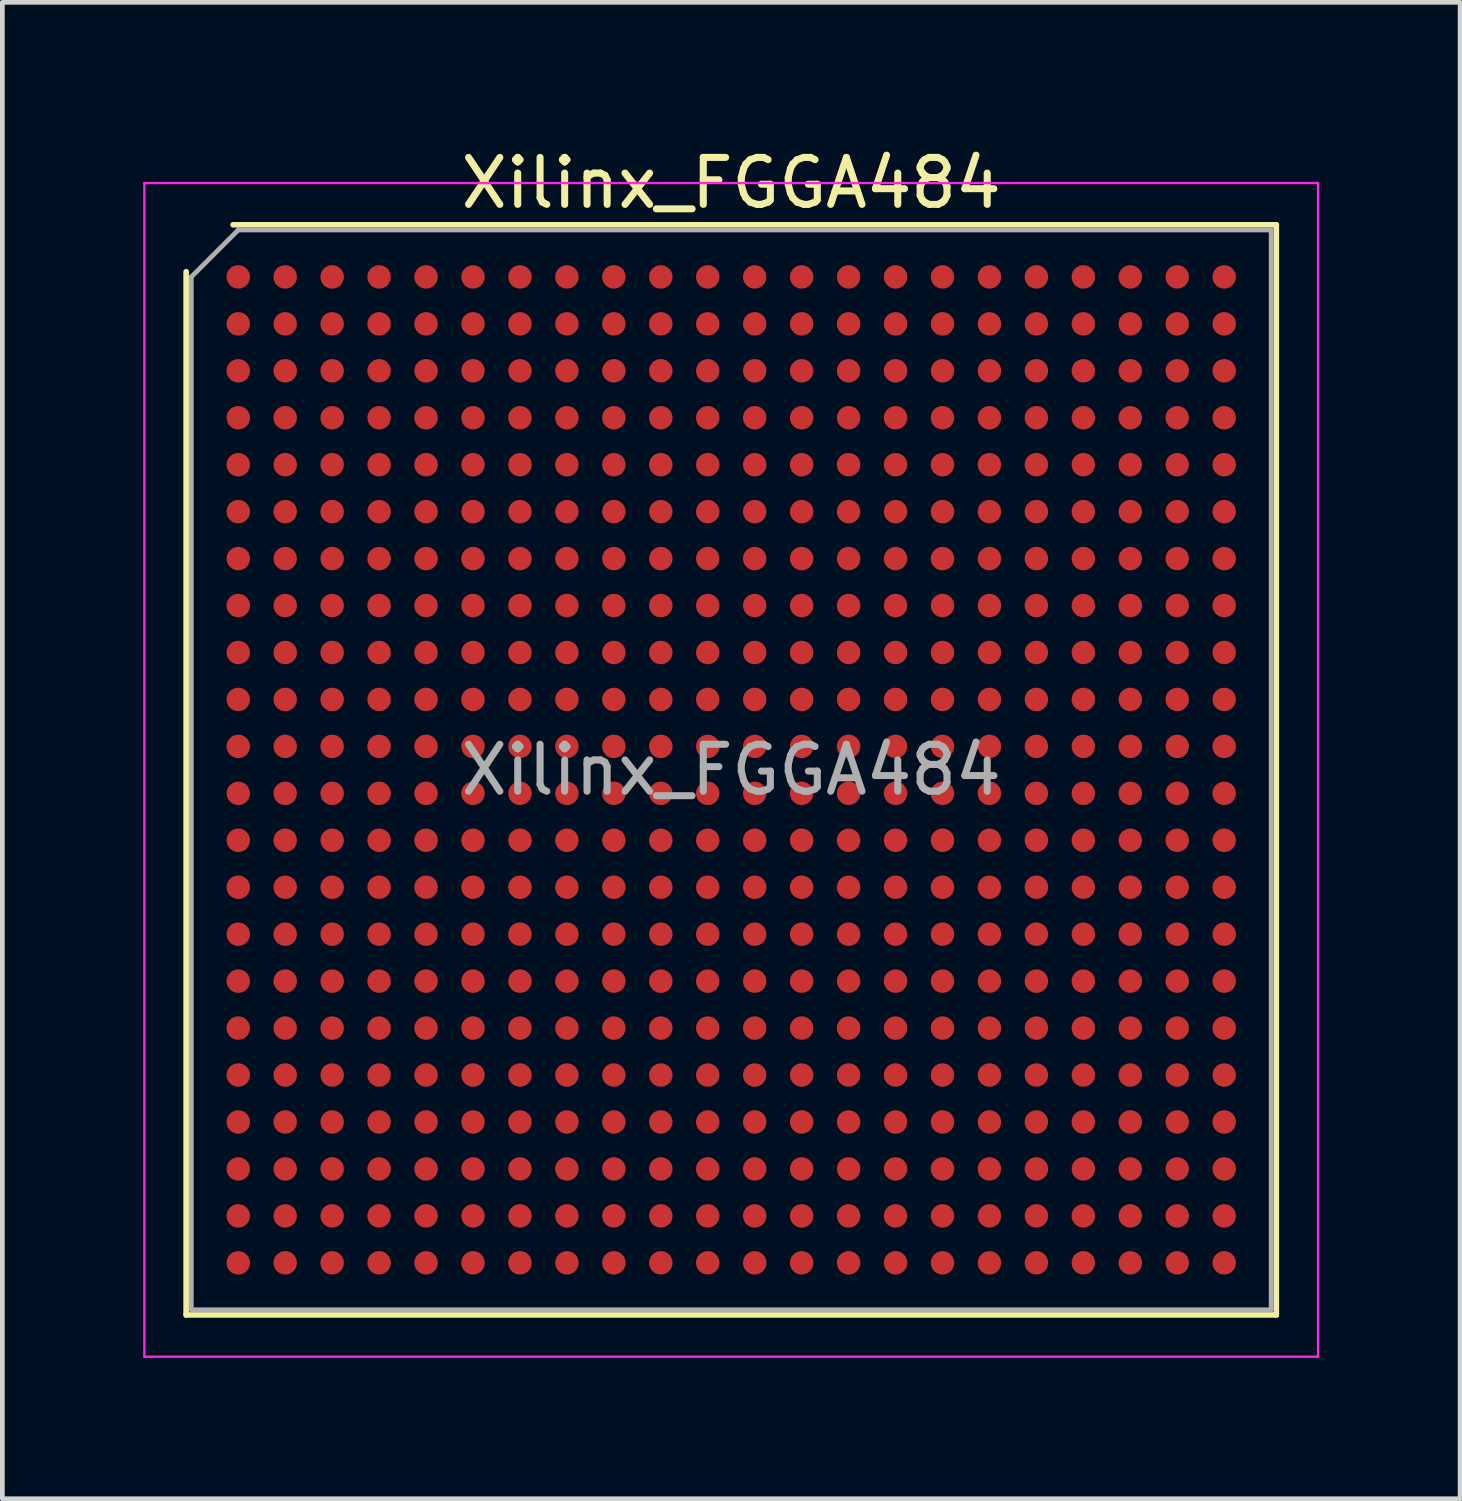
<source format=kicad_pcb>
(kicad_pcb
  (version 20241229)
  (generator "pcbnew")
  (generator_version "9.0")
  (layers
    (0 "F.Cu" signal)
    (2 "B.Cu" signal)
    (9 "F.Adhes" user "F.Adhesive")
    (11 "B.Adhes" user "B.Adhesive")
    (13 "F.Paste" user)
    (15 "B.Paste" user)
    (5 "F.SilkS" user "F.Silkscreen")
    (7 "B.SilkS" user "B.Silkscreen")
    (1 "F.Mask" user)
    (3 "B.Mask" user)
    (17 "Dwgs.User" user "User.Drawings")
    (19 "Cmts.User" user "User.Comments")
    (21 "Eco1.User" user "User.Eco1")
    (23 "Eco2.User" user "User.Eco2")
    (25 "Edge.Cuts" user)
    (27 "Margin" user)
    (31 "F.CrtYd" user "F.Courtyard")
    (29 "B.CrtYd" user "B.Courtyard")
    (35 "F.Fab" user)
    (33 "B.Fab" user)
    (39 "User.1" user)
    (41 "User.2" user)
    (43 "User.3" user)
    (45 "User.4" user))
  (footprint "Xilinx_FGGA484"
    (layer "F.Cu")
    (at 12.525 13.348)
    (property "Reference" "Xilinx_FGGA484" (at 0 -12.5 0) (layer "F.SilkS") (effects (font (size 1 1) (thickness 0.15))))
    (attr smd)
    (fp_line (start -11.61 11.61) (end -11.61 -10.61) (stroke (width 0.12) (type solid)) (layer "F.SilkS"))
    (fp_line (start -10.61 -11.61) (end 11.61 -11.61) (stroke (width 0.12) (type solid)) (layer "F.SilkS"))
    (fp_line (start 11.61 -11.61) (end 11.61 11.61) (stroke (width 0.12) (type solid)) (layer "F.SilkS"))
    (fp_line (start 11.61 11.61) (end -11.61 11.61) (stroke (width 0.12) (type solid)) (layer "F.SilkS"))
    (fp_line (start -12.5 -12.5) (end -12.5 12.5) (stroke (width 0.05) (type solid)) (layer "F.CrtYd"))
    (fp_line (start -12.5 12.5) (end 12.5 12.5) (stroke (width 0.05) (type solid)) (layer "F.CrtYd"))
    (fp_line (start 12.5 -12.5) (end -12.5 -12.5) (stroke (width 0.05) (type solid)) (layer "F.CrtYd"))
    (fp_line (start 12.5 12.5) (end 12.5 -12.5) (stroke (width 0.05) (type solid)) (layer "F.CrtYd"))
    (fp_line (start -11.5 -10.5) (end -10.5 -11.5) (stroke (width 0.1) (type solid)) (layer "F.Fab"))
    (fp_line (start -11.5 11.5) (end -11.5 -10.5) (stroke (width 0.1) (type solid)) (layer "F.Fab"))
    (fp_line (start -10.5 -11.5) (end 11.5 -11.5) (stroke (width 0.1) (type solid)) (layer "F.Fab"))
    (fp_line (start 11.5 -11.5) (end 11.5 11.5) (stroke (width 0.1) (type solid)) (layer "F.Fab"))
    (fp_line (start 11.5 11.5) (end -11.5 11.5) (stroke (width 0.1) (type solid)) (layer "F.Fab"))
    (fp_text user "${REFERENCE}" (at 0 0 0) (layer "F.Fab") (effects (font (size 1 1) (thickness 0.15))))
    (pad "A1" smd circle (at -10.5 -10.5) (size 0.5 0.5) (layers "F.Cu" "F.Mask" "F.Paste"))
    (pad "A2" smd circle (at -9.5 -10.5) (size 0.5 0.5) (layers "F.Cu" "F.Mask" "F.Paste"))
    (pad "A3" smd circle (at -8.5 -10.5) (size 0.5 0.5) (layers "F.Cu" "F.Mask" "F.Paste"))
    (pad "A4" smd circle (at -7.5 -10.5) (size 0.5 0.5) (layers "F.Cu" "F.Mask" "F.Paste"))
    (pad "A5" smd circle (at -6.5 -10.5) (size 0.5 0.5) (layers "F.Cu" "F.Mask" "F.Paste"))
    (pad "A6" smd circle (at -5.5 -10.5) (size 0.5 0.5) (layers "F.Cu" "F.Mask" "F.Paste"))
    (pad "A7" smd circle (at -4.5 -10.5) (size 0.5 0.5) (layers "F.Cu" "F.Mask" "F.Paste"))
    (pad "A8" smd circle (at -3.5 -10.5) (size 0.5 0.5) (layers "F.Cu" "F.Mask" "F.Paste"))
    (pad "A9" smd circle (at -2.5 -10.5) (size 0.5 0.5) (layers "F.Cu" "F.Mask" "F.Paste"))
    (pad "A10" smd circle (at -1.5 -10.5) (size 0.5 0.5) (layers "F.Cu" "F.Mask" "F.Paste"))
    (pad "A11" smd circle (at -0.5 -10.5) (size 0.5 0.5) (layers "F.Cu" "F.Mask" "F.Paste"))
    (pad "A12" smd circle (at 0.5 -10.5) (size 0.5 0.5) (layers "F.Cu" "F.Mask" "F.Paste"))
    (pad "A13" smd circle (at 1.5 -10.5) (size 0.5 0.5) (layers "F.Cu" "F.Mask" "F.Paste"))
    (pad "A14" smd circle (at 2.5 -10.5) (size 0.5 0.5) (layers "F.Cu" "F.Mask" "F.Paste"))
    (pad "A15" smd circle (at 3.5 -10.5) (size 0.5 0.5) (layers "F.Cu" "F.Mask" "F.Paste"))
    (pad "A16" smd circle (at 4.5 -10.5) (size 0.5 0.5) (layers "F.Cu" "F.Mask" "F.Paste"))
    (pad "A17" smd circle (at 5.5 -10.5) (size 0.5 0.5) (layers "F.Cu" "F.Mask" "F.Paste"))
    (pad "A18" smd circle (at 6.5 -10.5) (size 0.5 0.5) (layers "F.Cu" "F.Mask" "F.Paste"))
    (pad "A19" smd circle (at 7.5 -10.5) (size 0.5 0.5) (layers "F.Cu" "F.Mask" "F.Paste"))
    (pad "A20" smd circle (at 8.5 -10.5) (size 0.5 0.5) (layers "F.Cu" "F.Mask" "F.Paste"))
    (pad "A21" smd circle (at 9.5 -10.5) (size 0.5 0.5) (layers "F.Cu" "F.Mask" "F.Paste"))
    (pad "A22" smd circle (at 10.5 -10.5) (size 0.5 0.5) (layers "F.Cu" "F.Mask" "F.Paste"))
    (pad "AA1" smd circle (at -10.5 9.5) (size 0.5 0.5) (layers "F.Cu" "F.Mask" "F.Paste"))
    (pad "AA2" smd circle (at -9.5 9.5) (size 0.5 0.5) (layers "F.Cu" "F.Mask" "F.Paste"))
    (pad "AA3" smd circle (at -8.5 9.5) (size 0.5 0.5) (layers "F.Cu" "F.Mask" "F.Paste"))
    (pad "AA4" smd circle (at -7.5 9.5) (size 0.5 0.5) (layers "F.Cu" "F.Mask" "F.Paste"))
    (pad "AA5" smd circle (at -6.5 9.5) (size 0.5 0.5) (layers "F.Cu" "F.Mask" "F.Paste"))
    (pad "AA6" smd circle (at -5.5 9.5) (size 0.5 0.5) (layers "F.Cu" "F.Mask" "F.Paste"))
    (pad "AA7" smd circle (at -4.5 9.5) (size 0.5 0.5) (layers "F.Cu" "F.Mask" "F.Paste"))
    (pad "AA8" smd circle (at -3.5 9.5) (size 0.5 0.5) (layers "F.Cu" "F.Mask" "F.Paste"))
    (pad "AA9" smd circle (at -2.5 9.5) (size 0.5 0.5) (layers "F.Cu" "F.Mask" "F.Paste"))
    (pad "AA10" smd circle (at -1.5 9.5) (size 0.5 0.5) (layers "F.Cu" "F.Mask" "F.Paste"))
    (pad "AA11" smd circle (at -0.5 9.5) (size 0.5 0.5) (layers "F.Cu" "F.Mask" "F.Paste"))
    (pad "AA12" smd circle (at 0.5 9.5) (size 0.5 0.5) (layers "F.Cu" "F.Mask" "F.Paste"))
    (pad "AA13" smd circle (at 1.5 9.5) (size 0.5 0.5) (layers "F.Cu" "F.Mask" "F.Paste"))
    (pad "AA14" smd circle (at 2.5 9.5) (size 0.5 0.5) (layers "F.Cu" "F.Mask" "F.Paste"))
    (pad "AA15" smd circle (at 3.5 9.5) (size 0.5 0.5) (layers "F.Cu" "F.Mask" "F.Paste"))
    (pad "AA16" smd circle (at 4.5 9.5) (size 0.5 0.5) (layers "F.Cu" "F.Mask" "F.Paste"))
    (pad "AA17" smd circle (at 5.5 9.5) (size 0.5 0.5) (layers "F.Cu" "F.Mask" "F.Paste"))
    (pad "AA18" smd circle (at 6.5 9.5) (size 0.5 0.5) (layers "F.Cu" "F.Mask" "F.Paste"))
    (pad "AA19" smd circle (at 7.5 9.5) (size 0.5 0.5) (layers "F.Cu" "F.Mask" "F.Paste"))
    (pad "AA20" smd circle (at 8.5 9.5) (size 0.5 0.5) (layers "F.Cu" "F.Mask" "F.Paste"))
    (pad "AA21" smd circle (at 9.5 9.5) (size 0.5 0.5) (layers "F.Cu" "F.Mask" "F.Paste"))
    (pad "AA22" smd circle (at 10.5 9.5) (size 0.5 0.5) (layers "F.Cu" "F.Mask" "F.Paste"))
    (pad "AB1" smd circle (at -10.5 10.5) (size 0.5 0.5) (layers "F.Cu" "F.Mask" "F.Paste"))
    (pad "AB2" smd circle (at -9.5 10.5) (size 0.5 0.5) (layers "F.Cu" "F.Mask" "F.Paste"))
    (pad "AB3" smd circle (at -8.5 10.5) (size 0.5 0.5) (layers "F.Cu" "F.Mask" "F.Paste"))
    (pad "AB4" smd circle (at -7.5 10.5) (size 0.5 0.5) (layers "F.Cu" "F.Mask" "F.Paste"))
    (pad "AB5" smd circle (at -6.5 10.5) (size 0.5 0.5) (layers "F.Cu" "F.Mask" "F.Paste"))
    (pad "AB6" smd circle (at -5.5 10.5) (size 0.5 0.5) (layers "F.Cu" "F.Mask" "F.Paste"))
    (pad "AB7" smd circle (at -4.5 10.5) (size 0.5 0.5) (layers "F.Cu" "F.Mask" "F.Paste"))
    (pad "AB8" smd circle (at -3.5 10.5) (size 0.5 0.5) (layers "F.Cu" "F.Mask" "F.Paste"))
    (pad "AB9" smd circle (at -2.5 10.5) (size 0.5 0.5) (layers "F.Cu" "F.Mask" "F.Paste"))
    (pad "AB10" smd circle (at -1.5 10.5) (size 0.5 0.5) (layers "F.Cu" "F.Mask" "F.Paste"))
    (pad "AB11" smd circle (at -0.5 10.5) (size 0.5 0.5) (layers "F.Cu" "F.Mask" "F.Paste"))
    (pad "AB12" smd circle (at 0.5 10.5) (size 0.5 0.5) (layers "F.Cu" "F.Mask" "F.Paste"))
    (pad "AB13" smd circle (at 1.5 10.5) (size 0.5 0.5) (layers "F.Cu" "F.Mask" "F.Paste"))
    (pad "AB14" smd circle (at 2.5 10.5) (size 0.5 0.5) (layers "F.Cu" "F.Mask" "F.Paste"))
    (pad "AB15" smd circle (at 3.5 10.5) (size 0.5 0.5) (layers "F.Cu" "F.Mask" "F.Paste"))
    (pad "AB16" smd circle (at 4.5 10.5) (size 0.5 0.5) (layers "F.Cu" "F.Mask" "F.Paste"))
    (pad "AB17" smd circle (at 5.5 10.5) (size 0.5 0.5) (layers "F.Cu" "F.Mask" "F.Paste"))
    (pad "AB18" smd circle (at 6.5 10.5) (size 0.5 0.5) (layers "F.Cu" "F.Mask" "F.Paste"))
    (pad "AB19" smd circle (at 7.5 10.5) (size 0.5 0.5) (layers "F.Cu" "F.Mask" "F.Paste"))
    (pad "AB20" smd circle (at 8.5 10.5) (size 0.5 0.5) (layers "F.Cu" "F.Mask" "F.Paste"))
    (pad "AB21" smd circle (at 9.5 10.5) (size 0.5 0.5) (layers "F.Cu" "F.Mask" "F.Paste"))
    (pad "AB22" smd circle (at 10.5 10.5) (size 0.5 0.5) (layers "F.Cu" "F.Mask" "F.Paste"))
    (pad "B1" smd circle (at -10.5 -9.5) (size 0.5 0.5) (layers "F.Cu" "F.Mask" "F.Paste"))
    (pad "B2" smd circle (at -9.5 -9.5) (size 0.5 0.5) (layers "F.Cu" "F.Mask" "F.Paste"))
    (pad "B3" smd circle (at -8.5 -9.5) (size 0.5 0.5) (layers "F.Cu" "F.Mask" "F.Paste"))
    (pad "B4" smd circle (at -7.5 -9.5) (size 0.5 0.5) (layers "F.Cu" "F.Mask" "F.Paste"))
    (pad "B5" smd circle (at -6.5 -9.5) (size 0.5 0.5) (layers "F.Cu" "F.Mask" "F.Paste"))
    (pad "B6" smd circle (at -5.5 -9.5) (size 0.5 0.5) (layers "F.Cu" "F.Mask" "F.Paste"))
    (pad "B7" smd circle (at -4.5 -9.5) (size 0.5 0.5) (layers "F.Cu" "F.Mask" "F.Paste"))
    (pad "B8" smd circle (at -3.5 -9.5) (size 0.5 0.5) (layers "F.Cu" "F.Mask" "F.Paste"))
    (pad "B9" smd circle (at -2.5 -9.5) (size 0.5 0.5) (layers "F.Cu" "F.Mask" "F.Paste"))
    (pad "B10" smd circle (at -1.5 -9.5) (size 0.5 0.5) (layers "F.Cu" "F.Mask" "F.Paste"))
    (pad "B11" smd circle (at -0.5 -9.5) (size 0.5 0.5) (layers "F.Cu" "F.Mask" "F.Paste"))
    (pad "B12" smd circle (at 0.5 -9.5) (size 0.5 0.5) (layers "F.Cu" "F.Mask" "F.Paste"))
    (pad "B13" smd circle (at 1.5 -9.5) (size 0.5 0.5) (layers "F.Cu" "F.Mask" "F.Paste"))
    (pad "B14" smd circle (at 2.5 -9.5) (size 0.5 0.5) (layers "F.Cu" "F.Mask" "F.Paste"))
    (pad "B15" smd circle (at 3.5 -9.5) (size 0.5 0.5) (layers "F.Cu" "F.Mask" "F.Paste"))
    (pad "B16" smd circle (at 4.5 -9.5) (size 0.5 0.5) (layers "F.Cu" "F.Mask" "F.Paste"))
    (pad "B17" smd circle (at 5.5 -9.5) (size 0.5 0.5) (layers "F.Cu" "F.Mask" "F.Paste"))
    (pad "B18" smd circle (at 6.5 -9.5) (size 0.5 0.5) (layers "F.Cu" "F.Mask" "F.Paste"))
    (pad "B19" smd circle (at 7.5 -9.5) (size 0.5 0.5) (layers "F.Cu" "F.Mask" "F.Paste"))
    (pad "B20" smd circle (at 8.5 -9.5) (size 0.5 0.5) (layers "F.Cu" "F.Mask" "F.Paste"))
    (pad "B21" smd circle (at 9.5 -9.5) (size 0.5 0.5) (layers "F.Cu" "F.Mask" "F.Paste"))
    (pad "B22" smd circle (at 10.5 -9.5) (size 0.5 0.5) (layers "F.Cu" "F.Mask" "F.Paste"))
    (pad "C1" smd circle (at -10.5 -8.5) (size 0.5 0.5) (layers "F.Cu" "F.Mask" "F.Paste"))
    (pad "C2" smd circle (at -9.5 -8.5) (size 0.5 0.5) (layers "F.Cu" "F.Mask" "F.Paste"))
    (pad "C3" smd circle (at -8.5 -8.5) (size 0.5 0.5) (layers "F.Cu" "F.Mask" "F.Paste"))
    (pad "C4" smd circle (at -7.5 -8.5) (size 0.5 0.5) (layers "F.Cu" "F.Mask" "F.Paste"))
    (pad "C5" smd circle (at -6.5 -8.5) (size 0.5 0.5) (layers "F.Cu" "F.Mask" "F.Paste"))
    (pad "C6" smd circle (at -5.5 -8.5) (size 0.5 0.5) (layers "F.Cu" "F.Mask" "F.Paste"))
    (pad "C7" smd circle (at -4.5 -8.5) (size 0.5 0.5) (layers "F.Cu" "F.Mask" "F.Paste"))
    (pad "C8" smd circle (at -3.5 -8.5) (size 0.5 0.5) (layers "F.Cu" "F.Mask" "F.Paste"))
    (pad "C9" smd circle (at -2.5 -8.5) (size 0.5 0.5) (layers "F.Cu" "F.Mask" "F.Paste"))
    (pad "C10" smd circle (at -1.5 -8.5) (size 0.5 0.5) (layers "F.Cu" "F.Mask" "F.Paste"))
    (pad "C11" smd circle (at -0.5 -8.5) (size 0.5 0.5) (layers "F.Cu" "F.Mask" "F.Paste"))
    (pad "C12" smd circle (at 0.5 -8.5) (size 0.5 0.5) (layers "F.Cu" "F.Mask" "F.Paste"))
    (pad "C13" smd circle (at 1.5 -8.5) (size 0.5 0.5) (layers "F.Cu" "F.Mask" "F.Paste"))
    (pad "C14" smd circle (at 2.5 -8.5) (size 0.5 0.5) (layers "F.Cu" "F.Mask" "F.Paste"))
    (pad "C15" smd circle (at 3.5 -8.5) (size 0.5 0.5) (layers "F.Cu" "F.Mask" "F.Paste"))
    (pad "C16" smd circle (at 4.5 -8.5) (size 0.5 0.5) (layers "F.Cu" "F.Mask" "F.Paste"))
    (pad "C17" smd circle (at 5.5 -8.5) (size 0.5 0.5) (layers "F.Cu" "F.Mask" "F.Paste"))
    (pad "C18" smd circle (at 6.5 -8.5) (size 0.5 0.5) (layers "F.Cu" "F.Mask" "F.Paste"))
    (pad "C19" smd circle (at 7.5 -8.5) (size 0.5 0.5) (layers "F.Cu" "F.Mask" "F.Paste"))
    (pad "C20" smd circle (at 8.5 -8.5) (size 0.5 0.5) (layers "F.Cu" "F.Mask" "F.Paste"))
    (pad "C21" smd circle (at 9.5 -8.5) (size 0.5 0.5) (layers "F.Cu" "F.Mask" "F.Paste"))
    (pad "C22" smd circle (at 10.5 -8.5) (size 0.5 0.5) (layers "F.Cu" "F.Mask" "F.Paste"))
    (pad "D1" smd circle (at -10.5 -7.5) (size 0.5 0.5) (layers "F.Cu" "F.Mask" "F.Paste"))
    (pad "D2" smd circle (at -9.5 -7.5) (size 0.5 0.5) (layers "F.Cu" "F.Mask" "F.Paste"))
    (pad "D3" smd circle (at -8.5 -7.5) (size 0.5 0.5) (layers "F.Cu" "F.Mask" "F.Paste"))
    (pad "D4" smd circle (at -7.5 -7.5) (size 0.5 0.5) (layers "F.Cu" "F.Mask" "F.Paste"))
    (pad "D5" smd circle (at -6.5 -7.5) (size 0.5 0.5) (layers "F.Cu" "F.Mask" "F.Paste"))
    (pad "D6" smd circle (at -5.5 -7.5) (size 0.5 0.5) (layers "F.Cu" "F.Mask" "F.Paste"))
    (pad "D7" smd circle (at -4.5 -7.5) (size 0.5 0.5) (layers "F.Cu" "F.Mask" "F.Paste"))
    (pad "D8" smd circle (at -3.5 -7.5) (size 0.5 0.5) (layers "F.Cu" "F.Mask" "F.Paste"))
    (pad "D9" smd circle (at -2.5 -7.5) (size 0.5 0.5) (layers "F.Cu" "F.Mask" "F.Paste"))
    (pad "D10" smd circle (at -1.5 -7.5) (size 0.5 0.5) (layers "F.Cu" "F.Mask" "F.Paste"))
    (pad "D11" smd circle (at -0.5 -7.5) (size 0.5 0.5) (layers "F.Cu" "F.Mask" "F.Paste"))
    (pad "D12" smd circle (at 0.5 -7.5) (size 0.5 0.5) (layers "F.Cu" "F.Mask" "F.Paste"))
    (pad "D13" smd circle (at 1.5 -7.5) (size 0.5 0.5) (layers "F.Cu" "F.Mask" "F.Paste"))
    (pad "D14" smd circle (at 2.5 -7.5) (size 0.5 0.5) (layers "F.Cu" "F.Mask" "F.Paste"))
    (pad "D15" smd circle (at 3.5 -7.5) (size 0.5 0.5) (layers "F.Cu" "F.Mask" "F.Paste"))
    (pad "D16" smd circle (at 4.5 -7.5) (size 0.5 0.5) (layers "F.Cu" "F.Mask" "F.Paste"))
    (pad "D17" smd circle (at 5.5 -7.5) (size 0.5 0.5) (layers "F.Cu" "F.Mask" "F.Paste"))
    (pad "D18" smd circle (at 6.5 -7.5) (size 0.5 0.5) (layers "F.Cu" "F.Mask" "F.Paste"))
    (pad "D19" smd circle (at 7.5 -7.5) (size 0.5 0.5) (layers "F.Cu" "F.Mask" "F.Paste"))
    (pad "D20" smd circle (at 8.5 -7.5) (size 0.5 0.5) (layers "F.Cu" "F.Mask" "F.Paste"))
    (pad "D21" smd circle (at 9.5 -7.5) (size 0.5 0.5) (layers "F.Cu" "F.Mask" "F.Paste"))
    (pad "D22" smd circle (at 10.5 -7.5) (size 0.5 0.5) (layers "F.Cu" "F.Mask" "F.Paste"))
    (pad "E1" smd circle (at -10.5 -6.5) (size 0.5 0.5) (layers "F.Cu" "F.Mask" "F.Paste"))
    (pad "E2" smd circle (at -9.5 -6.5) (size 0.5 0.5) (layers "F.Cu" "F.Mask" "F.Paste"))
    (pad "E3" smd circle (at -8.5 -6.5) (size 0.5 0.5) (layers "F.Cu" "F.Mask" "F.Paste"))
    (pad "E4" smd circle (at -7.5 -6.5) (size 0.5 0.5) (layers "F.Cu" "F.Mask" "F.Paste"))
    (pad "E5" smd circle (at -6.5 -6.5) (size 0.5 0.5) (layers "F.Cu" "F.Mask" "F.Paste"))
    (pad "E6" smd circle (at -5.5 -6.5) (size 0.5 0.5) (layers "F.Cu" "F.Mask" "F.Paste"))
    (pad "E7" smd circle (at -4.5 -6.5) (size 0.5 0.5) (layers "F.Cu" "F.Mask" "F.Paste"))
    (pad "E8" smd circle (at -3.5 -6.5) (size 0.5 0.5) (layers "F.Cu" "F.Mask" "F.Paste"))
    (pad "E9" smd circle (at -2.5 -6.5) (size 0.5 0.5) (layers "F.Cu" "F.Mask" "F.Paste"))
    (pad "E10" smd circle (at -1.5 -6.5) (size 0.5 0.5) (layers "F.Cu" "F.Mask" "F.Paste"))
    (pad "E11" smd circle (at -0.5 -6.5) (size 0.5 0.5) (layers "F.Cu" "F.Mask" "F.Paste"))
    (pad "E12" smd circle (at 0.5 -6.5) (size 0.5 0.5) (layers "F.Cu" "F.Mask" "F.Paste"))
    (pad "E13" smd circle (at 1.5 -6.5) (size 0.5 0.5) (layers "F.Cu" "F.Mask" "F.Paste"))
    (pad "E14" smd circle (at 2.5 -6.5) (size 0.5 0.5) (layers "F.Cu" "F.Mask" "F.Paste"))
    (pad "E15" smd circle (at 3.5 -6.5) (size 0.5 0.5) (layers "F.Cu" "F.Mask" "F.Paste"))
    (pad "E16" smd circle (at 4.5 -6.5) (size 0.5 0.5) (layers "F.Cu" "F.Mask" "F.Paste"))
    (pad "E17" smd circle (at 5.5 -6.5) (size 0.5 0.5) (layers "F.Cu" "F.Mask" "F.Paste"))
    (pad "E18" smd circle (at 6.5 -6.5) (size 0.5 0.5) (layers "F.Cu" "F.Mask" "F.Paste"))
    (pad "E19" smd circle (at 7.5 -6.5) (size 0.5 0.5) (layers "F.Cu" "F.Mask" "F.Paste"))
    (pad "E20" smd circle (at 8.5 -6.5) (size 0.5 0.5) (layers "F.Cu" "F.Mask" "F.Paste"))
    (pad "E21" smd circle (at 9.5 -6.5) (size 0.5 0.5) (layers "F.Cu" "F.Mask" "F.Paste"))
    (pad "E22" smd circle (at 10.5 -6.5) (size 0.5 0.5) (layers "F.Cu" "F.Mask" "F.Paste"))
    (pad "F1" smd circle (at -10.5 -5.5) (size 0.5 0.5) (layers "F.Cu" "F.Mask" "F.Paste"))
    (pad "F2" smd circle (at -9.5 -5.5) (size 0.5 0.5) (layers "F.Cu" "F.Mask" "F.Paste"))
    (pad "F3" smd circle (at -8.5 -5.5) (size 0.5 0.5) (layers "F.Cu" "F.Mask" "F.Paste"))
    (pad "F4" smd circle (at -7.5 -5.5) (size 0.5 0.5) (layers "F.Cu" "F.Mask" "F.Paste"))
    (pad "F5" smd circle (at -6.5 -5.5) (size 0.5 0.5) (layers "F.Cu" "F.Mask" "F.Paste"))
    (pad "F6" smd circle (at -5.5 -5.5) (size 0.5 0.5) (layers "F.Cu" "F.Mask" "F.Paste"))
    (pad "F7" smd circle (at -4.5 -5.5) (size 0.5 0.5) (layers "F.Cu" "F.Mask" "F.Paste"))
    (pad "F8" smd circle (at -3.5 -5.5) (size 0.5 0.5) (layers "F.Cu" "F.Mask" "F.Paste"))
    (pad "F9" smd circle (at -2.5 -5.5) (size 0.5 0.5) (layers "F.Cu" "F.Mask" "F.Paste"))
    (pad "F10" smd circle (at -1.5 -5.5) (size 0.5 0.5) (layers "F.Cu" "F.Mask" "F.Paste"))
    (pad "F11" smd circle (at -0.5 -5.5) (size 0.5 0.5) (layers "F.Cu" "F.Mask" "F.Paste"))
    (pad "F12" smd circle (at 0.5 -5.5) (size 0.5 0.5) (layers "F.Cu" "F.Mask" "F.Paste"))
    (pad "F13" smd circle (at 1.5 -5.5) (size 0.5 0.5) (layers "F.Cu" "F.Mask" "F.Paste"))
    (pad "F14" smd circle (at 2.5 -5.5) (size 0.5 0.5) (layers "F.Cu" "F.Mask" "F.Paste"))
    (pad "F15" smd circle (at 3.5 -5.5) (size 0.5 0.5) (layers "F.Cu" "F.Mask" "F.Paste"))
    (pad "F16" smd circle (at 4.5 -5.5) (size 0.5 0.5) (layers "F.Cu" "F.Mask" "F.Paste"))
    (pad "F17" smd circle (at 5.5 -5.5) (size 0.5 0.5) (layers "F.Cu" "F.Mask" "F.Paste"))
    (pad "F18" smd circle (at 6.5 -5.5) (size 0.5 0.5) (layers "F.Cu" "F.Mask" "F.Paste"))
    (pad "F19" smd circle (at 7.5 -5.5) (size 0.5 0.5) (layers "F.Cu" "F.Mask" "F.Paste"))
    (pad "F20" smd circle (at 8.5 -5.5) (size 0.5 0.5) (layers "F.Cu" "F.Mask" "F.Paste"))
    (pad "F21" smd circle (at 9.5 -5.5) (size 0.5 0.5) (layers "F.Cu" "F.Mask" "F.Paste"))
    (pad "F22" smd circle (at 10.5 -5.5) (size 0.5 0.5) (layers "F.Cu" "F.Mask" "F.Paste"))
    (pad "G1" smd circle (at -10.5 -4.5) (size 0.5 0.5) (layers "F.Cu" "F.Mask" "F.Paste"))
    (pad "G2" smd circle (at -9.5 -4.5) (size 0.5 0.5) (layers "F.Cu" "F.Mask" "F.Paste"))
    (pad "G3" smd circle (at -8.5 -4.5) (size 0.5 0.5) (layers "F.Cu" "F.Mask" "F.Paste"))
    (pad "G4" smd circle (at -7.5 -4.5) (size 0.5 0.5) (layers "F.Cu" "F.Mask" "F.Paste"))
    (pad "G5" smd circle (at -6.5 -4.5) (size 0.5 0.5) (layers "F.Cu" "F.Mask" "F.Paste"))
    (pad "G6" smd circle (at -5.5 -4.5) (size 0.5 0.5) (layers "F.Cu" "F.Mask" "F.Paste"))
    (pad "G7" smd circle (at -4.5 -4.5) (size 0.5 0.5) (layers "F.Cu" "F.Mask" "F.Paste"))
    (pad "G8" smd circle (at -3.5 -4.5) (size 0.5 0.5) (layers "F.Cu" "F.Mask" "F.Paste"))
    (pad "G9" smd circle (at -2.5 -4.5) (size 0.5 0.5) (layers "F.Cu" "F.Mask" "F.Paste"))
    (pad "G10" smd circle (at -1.5 -4.5) (size 0.5 0.5) (layers "F.Cu" "F.Mask" "F.Paste"))
    (pad "G11" smd circle (at -0.5 -4.5) (size 0.5 0.5) (layers "F.Cu" "F.Mask" "F.Paste"))
    (pad "G12" smd circle (at 0.5 -4.5) (size 0.5 0.5) (layers "F.Cu" "F.Mask" "F.Paste"))
    (pad "G13" smd circle (at 1.5 -4.5) (size 0.5 0.5) (layers "F.Cu" "F.Mask" "F.Paste"))
    (pad "G14" smd circle (at 2.5 -4.5) (size 0.5 0.5) (layers "F.Cu" "F.Mask" "F.Paste"))
    (pad "G15" smd circle (at 3.5 -4.5) (size 0.5 0.5) (layers "F.Cu" "F.Mask" "F.Paste"))
    (pad "G16" smd circle (at 4.5 -4.5) (size 0.5 0.5) (layers "F.Cu" "F.Mask" "F.Paste"))
    (pad "G17" smd circle (at 5.5 -4.5) (size 0.5 0.5) (layers "F.Cu" "F.Mask" "F.Paste"))
    (pad "G18" smd circle (at 6.5 -4.5) (size 0.5 0.5) (layers "F.Cu" "F.Mask" "F.Paste"))
    (pad "G19" smd circle (at 7.5 -4.5) (size 0.5 0.5) (layers "F.Cu" "F.Mask" "F.Paste"))
    (pad "G20" smd circle (at 8.5 -4.5) (size 0.5 0.5) (layers "F.Cu" "F.Mask" "F.Paste"))
    (pad "G21" smd circle (at 9.5 -4.5) (size 0.5 0.5) (layers "F.Cu" "F.Mask" "F.Paste"))
    (pad "G22" smd circle (at 10.5 -4.5) (size 0.5 0.5) (layers "F.Cu" "F.Mask" "F.Paste"))
    (pad "H1" smd circle (at -10.5 -3.5) (size 0.5 0.5) (layers "F.Cu" "F.Mask" "F.Paste"))
    (pad "H2" smd circle (at -9.5 -3.5) (size 0.5 0.5) (layers "F.Cu" "F.Mask" "F.Paste"))
    (pad "H3" smd circle (at -8.5 -3.5) (size 0.5 0.5) (layers "F.Cu" "F.Mask" "F.Paste"))
    (pad "H4" smd circle (at -7.5 -3.5) (size 0.5 0.5) (layers "F.Cu" "F.Mask" "F.Paste"))
    (pad "H5" smd circle (at -6.5 -3.5) (size 0.5 0.5) (layers "F.Cu" "F.Mask" "F.Paste"))
    (pad "H6" smd circle (at -5.5 -3.5) (size 0.5 0.5) (layers "F.Cu" "F.Mask" "F.Paste"))
    (pad "H7" smd circle (at -4.5 -3.5) (size 0.5 0.5) (layers "F.Cu" "F.Mask" "F.Paste"))
    (pad "H8" smd circle (at -3.5 -3.5) (size 0.5 0.5) (layers "F.Cu" "F.Mask" "F.Paste"))
    (pad "H9" smd circle (at -2.5 -3.5) (size 0.5 0.5) (layers "F.Cu" "F.Mask" "F.Paste"))
    (pad "H10" smd circle (at -1.5 -3.5) (size 0.5 0.5) (layers "F.Cu" "F.Mask" "F.Paste"))
    (pad "H11" smd circle (at -0.5 -3.5) (size 0.5 0.5) (layers "F.Cu" "F.Mask" "F.Paste"))
    (pad "H12" smd circle (at 0.5 -3.5) (size 0.5 0.5) (layers "F.Cu" "F.Mask" "F.Paste"))
    (pad "H13" smd circle (at 1.5 -3.5) (size 0.5 0.5) (layers "F.Cu" "F.Mask" "F.Paste"))
    (pad "H14" smd circle (at 2.5 -3.5) (size 0.5 0.5) (layers "F.Cu" "F.Mask" "F.Paste"))
    (pad "H15" smd circle (at 3.5 -3.5) (size 0.5 0.5) (layers "F.Cu" "F.Mask" "F.Paste"))
    (pad "H16" smd circle (at 4.5 -3.5) (size 0.5 0.5) (layers "F.Cu" "F.Mask" "F.Paste"))
    (pad "H17" smd circle (at 5.5 -3.5) (size 0.5 0.5) (layers "F.Cu" "F.Mask" "F.Paste"))
    (pad "H18" smd circle (at 6.5 -3.5) (size 0.5 0.5) (layers "F.Cu" "F.Mask" "F.Paste"))
    (pad "H19" smd circle (at 7.5 -3.5) (size 0.5 0.5) (layers "F.Cu" "F.Mask" "F.Paste"))
    (pad "H20" smd circle (at 8.5 -3.5) (size 0.5 0.5) (layers "F.Cu" "F.Mask" "F.Paste"))
    (pad "H21" smd circle (at 9.5 -3.5) (size 0.5 0.5) (layers "F.Cu" "F.Mask" "F.Paste"))
    (pad "H22" smd circle (at 10.5 -3.5) (size 0.5 0.5) (layers "F.Cu" "F.Mask" "F.Paste"))
    (pad "J1" smd circle (at -10.5 -2.5) (size 0.5 0.5) (layers "F.Cu" "F.Mask" "F.Paste"))
    (pad "J2" smd circle (at -9.5 -2.5) (size 0.5 0.5) (layers "F.Cu" "F.Mask" "F.Paste"))
    (pad "J3" smd circle (at -8.5 -2.5) (size 0.5 0.5) (layers "F.Cu" "F.Mask" "F.Paste"))
    (pad "J4" smd circle (at -7.5 -2.5) (size 0.5 0.5) (layers "F.Cu" "F.Mask" "F.Paste"))
    (pad "J5" smd circle (at -6.5 -2.5) (size 0.5 0.5) (layers "F.Cu" "F.Mask" "F.Paste"))
    (pad "J6" smd circle (at -5.5 -2.5) (size 0.5 0.5) (layers "F.Cu" "F.Mask" "F.Paste"))
    (pad "J7" smd circle (at -4.5 -2.5) (size 0.5 0.5) (layers "F.Cu" "F.Mask" "F.Paste"))
    (pad "J8" smd circle (at -3.5 -2.5) (size 0.5 0.5) (layers "F.Cu" "F.Mask" "F.Paste"))
    (pad "J9" smd circle (at -2.5 -2.5) (size 0.5 0.5) (layers "F.Cu" "F.Mask" "F.Paste"))
    (pad "J10" smd circle (at -1.5 -2.5) (size 0.5 0.5) (layers "F.Cu" "F.Mask" "F.Paste"))
    (pad "J11" smd circle (at -0.5 -2.5) (size 0.5 0.5) (layers "F.Cu" "F.Mask" "F.Paste"))
    (pad "J12" smd circle (at 0.5 -2.5) (size 0.5 0.5) (layers "F.Cu" "F.Mask" "F.Paste"))
    (pad "J13" smd circle (at 1.5 -2.5) (size 0.5 0.5) (layers "F.Cu" "F.Mask" "F.Paste"))
    (pad "J14" smd circle (at 2.5 -2.5) (size 0.5 0.5) (layers "F.Cu" "F.Mask" "F.Paste"))
    (pad "J15" smd circle (at 3.5 -2.5) (size 0.5 0.5) (layers "F.Cu" "F.Mask" "F.Paste"))
    (pad "J16" smd circle (at 4.5 -2.5) (size 0.5 0.5) (layers "F.Cu" "F.Mask" "F.Paste"))
    (pad "J17" smd circle (at 5.5 -2.5) (size 0.5 0.5) (layers "F.Cu" "F.Mask" "F.Paste"))
    (pad "J18" smd circle (at 6.5 -2.5) (size 0.5 0.5) (layers "F.Cu" "F.Mask" "F.Paste"))
    (pad "J19" smd circle (at 7.5 -2.5) (size 0.5 0.5) (layers "F.Cu" "F.Mask" "F.Paste"))
    (pad "J20" smd circle (at 8.5 -2.5) (size 0.5 0.5) (layers "F.Cu" "F.Mask" "F.Paste"))
    (pad "J21" smd circle (at 9.5 -2.5) (size 0.5 0.5) (layers "F.Cu" "F.Mask" "F.Paste"))
    (pad "J22" smd circle (at 10.5 -2.5) (size 0.5 0.5) (layers "F.Cu" "F.Mask" "F.Paste"))
    (pad "K1" smd circle (at -10.5 -1.5) (size 0.5 0.5) (layers "F.Cu" "F.Mask" "F.Paste"))
    (pad "K2" smd circle (at -9.5 -1.5) (size 0.5 0.5) (layers "F.Cu" "F.Mask" "F.Paste"))
    (pad "K3" smd circle (at -8.5 -1.5) (size 0.5 0.5) (layers "F.Cu" "F.Mask" "F.Paste"))
    (pad "K4" smd circle (at -7.5 -1.5) (size 0.5 0.5) (layers "F.Cu" "F.Mask" "F.Paste"))
    (pad "K5" smd circle (at -6.5 -1.5) (size 0.5 0.5) (layers "F.Cu" "F.Mask" "F.Paste"))
    (pad "K6" smd circle (at -5.5 -1.5) (size 0.5 0.5) (layers "F.Cu" "F.Mask" "F.Paste"))
    (pad "K7" smd circle (at -4.5 -1.5) (size 0.5 0.5) (layers "F.Cu" "F.Mask" "F.Paste"))
    (pad "K8" smd circle (at -3.5 -1.5) (size 0.5 0.5) (layers "F.Cu" "F.Mask" "F.Paste"))
    (pad "K9" smd circle (at -2.5 -1.5) (size 0.5 0.5) (layers "F.Cu" "F.Mask" "F.Paste"))
    (pad "K10" smd circle (at -1.5 -1.5) (size 0.5 0.5) (layers "F.Cu" "F.Mask" "F.Paste"))
    (pad "K11" smd circle (at -0.5 -1.5) (size 0.5 0.5) (layers "F.Cu" "F.Mask" "F.Paste"))
    (pad "K12" smd circle (at 0.5 -1.5) (size 0.5 0.5) (layers "F.Cu" "F.Mask" "F.Paste"))
    (pad "K13" smd circle (at 1.5 -1.5) (size 0.5 0.5) (layers "F.Cu" "F.Mask" "F.Paste"))
    (pad "K14" smd circle (at 2.5 -1.5) (size 0.5 0.5) (layers "F.Cu" "F.Mask" "F.Paste"))
    (pad "K15" smd circle (at 3.5 -1.5) (size 0.5 0.5) (layers "F.Cu" "F.Mask" "F.Paste"))
    (pad "K16" smd circle (at 4.5 -1.5) (size 0.5 0.5) (layers "F.Cu" "F.Mask" "F.Paste"))
    (pad "K17" smd circle (at 5.5 -1.5) (size 0.5 0.5) (layers "F.Cu" "F.Mask" "F.Paste"))
    (pad "K18" smd circle (at 6.5 -1.5) (size 0.5 0.5) (layers "F.Cu" "F.Mask" "F.Paste"))
    (pad "K19" smd circle (at 7.5 -1.5) (size 0.5 0.5) (layers "F.Cu" "F.Mask" "F.Paste"))
    (pad "K20" smd circle (at 8.5 -1.5) (size 0.5 0.5) (layers "F.Cu" "F.Mask" "F.Paste"))
    (pad "K21" smd circle (at 9.5 -1.5) (size 0.5 0.5) (layers "F.Cu" "F.Mask" "F.Paste"))
    (pad "K22" smd circle (at 10.5 -1.5) (size 0.5 0.5) (layers "F.Cu" "F.Mask" "F.Paste"))
    (pad "L1" smd circle (at -10.5 -0.5) (size 0.5 0.5) (layers "F.Cu" "F.Mask" "F.Paste"))
    (pad "L2" smd circle (at -9.5 -0.5) (size 0.5 0.5) (layers "F.Cu" "F.Mask" "F.Paste"))
    (pad "L3" smd circle (at -8.5 -0.5) (size 0.5 0.5) (layers "F.Cu" "F.Mask" "F.Paste"))
    (pad "L4" smd circle (at -7.5 -0.5) (size 0.5 0.5) (layers "F.Cu" "F.Mask" "F.Paste"))
    (pad "L5" smd circle (at -6.5 -0.5) (size 0.5 0.5) (layers "F.Cu" "F.Mask" "F.Paste"))
    (pad "L6" smd circle (at -5.5 -0.5) (size 0.5 0.5) (layers "F.Cu" "F.Mask" "F.Paste"))
    (pad "L7" smd circle (at -4.5 -0.5) (size 0.5 0.5) (layers "F.Cu" "F.Mask" "F.Paste"))
    (pad "L8" smd circle (at -3.5 -0.5) (size 0.5 0.5) (layers "F.Cu" "F.Mask" "F.Paste"))
    (pad "L9" smd circle (at -2.5 -0.5) (size 0.5 0.5) (layers "F.Cu" "F.Mask" "F.Paste"))
    (pad "L10" smd circle (at -1.5 -0.5) (size 0.5 0.5) (layers "F.Cu" "F.Mask" "F.Paste"))
    (pad "L11" smd circle (at -0.5 -0.5) (size 0.5 0.5) (layers "F.Cu" "F.Mask" "F.Paste"))
    (pad "L12" smd circle (at 0.5 -0.5) (size 0.5 0.5) (layers "F.Cu" "F.Mask" "F.Paste"))
    (pad "L13" smd circle (at 1.5 -0.5) (size 0.5 0.5) (layers "F.Cu" "F.Mask" "F.Paste"))
    (pad "L14" smd circle (at 2.5 -0.5) (size 0.5 0.5) (layers "F.Cu" "F.Mask" "F.Paste"))
    (pad "L15" smd circle (at 3.5 -0.5) (size 0.5 0.5) (layers "F.Cu" "F.Mask" "F.Paste"))
    (pad "L16" smd circle (at 4.5 -0.5) (size 0.5 0.5) (layers "F.Cu" "F.Mask" "F.Paste"))
    (pad "L17" smd circle (at 5.5 -0.5) (size 0.5 0.5) (layers "F.Cu" "F.Mask" "F.Paste"))
    (pad "L18" smd circle (at 6.5 -0.5) (size 0.5 0.5) (layers "F.Cu" "F.Mask" "F.Paste"))
    (pad "L19" smd circle (at 7.5 -0.5) (size 0.5 0.5) (layers "F.Cu" "F.Mask" "F.Paste"))
    (pad "L20" smd circle (at 8.5 -0.5) (size 0.5 0.5) (layers "F.Cu" "F.Mask" "F.Paste"))
    (pad "L21" smd circle (at 9.5 -0.5) (size 0.5 0.5) (layers "F.Cu" "F.Mask" "F.Paste"))
    (pad "L22" smd circle (at 10.5 -0.5) (size 0.5 0.5) (layers "F.Cu" "F.Mask" "F.Paste"))
    (pad "M1" smd circle (at -10.5 0.5) (size 0.5 0.5) (layers "F.Cu" "F.Mask" "F.Paste"))
    (pad "M2" smd circle (at -9.5 0.5) (size 0.5 0.5) (layers "F.Cu" "F.Mask" "F.Paste"))
    (pad "M3" smd circle (at -8.5 0.5) (size 0.5 0.5) (layers "F.Cu" "F.Mask" "F.Paste"))
    (pad "M4" smd circle (at -7.5 0.5) (size 0.5 0.5) (layers "F.Cu" "F.Mask" "F.Paste"))
    (pad "M5" smd circle (at -6.5 0.5) (size 0.5 0.5) (layers "F.Cu" "F.Mask" "F.Paste"))
    (pad "M6" smd circle (at -5.5 0.5) (size 0.5 0.5) (layers "F.Cu" "F.Mask" "F.Paste"))
    (pad "M7" smd circle (at -4.5 0.5) (size 0.5 0.5) (layers "F.Cu" "F.Mask" "F.Paste"))
    (pad "M8" smd circle (at -3.5 0.5) (size 0.5 0.5) (layers "F.Cu" "F.Mask" "F.Paste"))
    (pad "M9" smd circle (at -2.5 0.5) (size 0.5 0.5) (layers "F.Cu" "F.Mask" "F.Paste"))
    (pad "M10" smd circle (at -1.5 0.5) (size 0.5 0.5) (layers "F.Cu" "F.Mask" "F.Paste"))
    (pad "M11" smd circle (at -0.5 0.5) (size 0.5 0.5) (layers "F.Cu" "F.Mask" "F.Paste"))
    (pad "M12" smd circle (at 0.5 0.5) (size 0.5 0.5) (layers "F.Cu" "F.Mask" "F.Paste"))
    (pad "M13" smd circle (at 1.5 0.5) (size 0.5 0.5) (layers "F.Cu" "F.Mask" "F.Paste"))
    (pad "M14" smd circle (at 2.5 0.5) (size 0.5 0.5) (layers "F.Cu" "F.Mask" "F.Paste"))
    (pad "M15" smd circle (at 3.5 0.5) (size 0.5 0.5) (layers "F.Cu" "F.Mask" "F.Paste"))
    (pad "M16" smd circle (at 4.5 0.5) (size 0.5 0.5) (layers "F.Cu" "F.Mask" "F.Paste"))
    (pad "M17" smd circle (at 5.5 0.5) (size 0.5 0.5) (layers "F.Cu" "F.Mask" "F.Paste"))
    (pad "M18" smd circle (at 6.5 0.5) (size 0.5 0.5) (layers "F.Cu" "F.Mask" "F.Paste"))
    (pad "M19" smd circle (at 7.5 0.5) (size 0.5 0.5) (layers "F.Cu" "F.Mask" "F.Paste"))
    (pad "M20" smd circle (at 8.5 0.5) (size 0.5 0.5) (layers "F.Cu" "F.Mask" "F.Paste"))
    (pad "M21" smd circle (at 9.5 0.5) (size 0.5 0.5) (layers "F.Cu" "F.Mask" "F.Paste"))
    (pad "M22" smd circle (at 10.5 0.5) (size 0.5 0.5) (layers "F.Cu" "F.Mask" "F.Paste"))
    (pad "N1" smd circle (at -10.5 1.5) (size 0.5 0.5) (layers "F.Cu" "F.Mask" "F.Paste"))
    (pad "N2" smd circle (at -9.5 1.5) (size 0.5 0.5) (layers "F.Cu" "F.Mask" "F.Paste"))
    (pad "N3" smd circle (at -8.5 1.5) (size 0.5 0.5) (layers "F.Cu" "F.Mask" "F.Paste"))
    (pad "N4" smd circle (at -7.5 1.5) (size 0.5 0.5) (layers "F.Cu" "F.Mask" "F.Paste"))
    (pad "N5" smd circle (at -6.5 1.5) (size 0.5 0.5) (layers "F.Cu" "F.Mask" "F.Paste"))
    (pad "N6" smd circle (at -5.5 1.5) (size 0.5 0.5) (layers "F.Cu" "F.Mask" "F.Paste"))
    (pad "N7" smd circle (at -4.5 1.5) (size 0.5 0.5) (layers "F.Cu" "F.Mask" "F.Paste"))
    (pad "N8" smd circle (at -3.5 1.5) (size 0.5 0.5) (layers "F.Cu" "F.Mask" "F.Paste"))
    (pad "N9" smd circle (at -2.5 1.5) (size 0.5 0.5) (layers "F.Cu" "F.Mask" "F.Paste"))
    (pad "N10" smd circle (at -1.5 1.5) (size 0.5 0.5) (layers "F.Cu" "F.Mask" "F.Paste"))
    (pad "N11" smd circle (at -0.5 1.5) (size 0.5 0.5) (layers "F.Cu" "F.Mask" "F.Paste"))
    (pad "N12" smd circle (at 0.5 1.5) (size 0.5 0.5) (layers "F.Cu" "F.Mask" "F.Paste"))
    (pad "N13" smd circle (at 1.5 1.5) (size 0.5 0.5) (layers "F.Cu" "F.Mask" "F.Paste"))
    (pad "N14" smd circle (at 2.5 1.5) (size 0.5 0.5) (layers "F.Cu" "F.Mask" "F.Paste"))
    (pad "N15" smd circle (at 3.5 1.5) (size 0.5 0.5) (layers "F.Cu" "F.Mask" "F.Paste"))
    (pad "N16" smd circle (at 4.5 1.5) (size 0.5 0.5) (layers "F.Cu" "F.Mask" "F.Paste"))
    (pad "N17" smd circle (at 5.5 1.5) (size 0.5 0.5) (layers "F.Cu" "F.Mask" "F.Paste"))
    (pad "N18" smd circle (at 6.5 1.5) (size 0.5 0.5) (layers "F.Cu" "F.Mask" "F.Paste"))
    (pad "N19" smd circle (at 7.5 1.5) (size 0.5 0.5) (layers "F.Cu" "F.Mask" "F.Paste"))
    (pad "N20" smd circle (at 8.5 1.5) (size 0.5 0.5) (layers "F.Cu" "F.Mask" "F.Paste"))
    (pad "N21" smd circle (at 9.5 1.5) (size 0.5 0.5) (layers "F.Cu" "F.Mask" "F.Paste"))
    (pad "N22" smd circle (at 10.5 1.5) (size 0.5 0.5) (layers "F.Cu" "F.Mask" "F.Paste"))
    (pad "P1" smd circle (at -10.5 2.5) (size 0.5 0.5) (layers "F.Cu" "F.Mask" "F.Paste"))
    (pad "P2" smd circle (at -9.5 2.5) (size 0.5 0.5) (layers "F.Cu" "F.Mask" "F.Paste"))
    (pad "P3" smd circle (at -8.5 2.5) (size 0.5 0.5) (layers "F.Cu" "F.Mask" "F.Paste"))
    (pad "P4" smd circle (at -7.5 2.5) (size 0.5 0.5) (layers "F.Cu" "F.Mask" "F.Paste"))
    (pad "P5" smd circle (at -6.5 2.5) (size 0.5 0.5) (layers "F.Cu" "F.Mask" "F.Paste"))
    (pad "P6" smd circle (at -5.5 2.5) (size 0.5 0.5) (layers "F.Cu" "F.Mask" "F.Paste"))
    (pad "P7" smd circle (at -4.5 2.5) (size 0.5 0.5) (layers "F.Cu" "F.Mask" "F.Paste"))
    (pad "P8" smd circle (at -3.5 2.5) (size 0.5 0.5) (layers "F.Cu" "F.Mask" "F.Paste"))
    (pad "P9" smd circle (at -2.5 2.5) (size 0.5 0.5) (layers "F.Cu" "F.Mask" "F.Paste"))
    (pad "P10" smd circle (at -1.5 2.5) (size 0.5 0.5) (layers "F.Cu" "F.Mask" "F.Paste"))
    (pad "P11" smd circle (at -0.5 2.5) (size 0.5 0.5) (layers "F.Cu" "F.Mask" "F.Paste"))
    (pad "P12" smd circle (at 0.5 2.5) (size 0.5 0.5) (layers "F.Cu" "F.Mask" "F.Paste"))
    (pad "P13" smd circle (at 1.5 2.5) (size 0.5 0.5) (layers "F.Cu" "F.Mask" "F.Paste"))
    (pad "P14" smd circle (at 2.5 2.5) (size 0.5 0.5) (layers "F.Cu" "F.Mask" "F.Paste"))
    (pad "P15" smd circle (at 3.5 2.5) (size 0.5 0.5) (layers "F.Cu" "F.Mask" "F.Paste"))
    (pad "P16" smd circle (at 4.5 2.5) (size 0.5 0.5) (layers "F.Cu" "F.Mask" "F.Paste"))
    (pad "P17" smd circle (at 5.5 2.5) (size 0.5 0.5) (layers "F.Cu" "F.Mask" "F.Paste"))
    (pad "P18" smd circle (at 6.5 2.5) (size 0.5 0.5) (layers "F.Cu" "F.Mask" "F.Paste"))
    (pad "P19" smd circle (at 7.5 2.5) (size 0.5 0.5) (layers "F.Cu" "F.Mask" "F.Paste"))
    (pad "P20" smd circle (at 8.5 2.5) (size 0.5 0.5) (layers "F.Cu" "F.Mask" "F.Paste"))
    (pad "P21" smd circle (at 9.5 2.5) (size 0.5 0.5) (layers "F.Cu" "F.Mask" "F.Paste"))
    (pad "P22" smd circle (at 10.5 2.5) (size 0.5 0.5) (layers "F.Cu" "F.Mask" "F.Paste"))
    (pad "R1" smd circle (at -10.5 3.5) (size 0.5 0.5) (layers "F.Cu" "F.Mask" "F.Paste"))
    (pad "R2" smd circle (at -9.5 3.5) (size 0.5 0.5) (layers "F.Cu" "F.Mask" "F.Paste"))
    (pad "R3" smd circle (at -8.5 3.5) (size 0.5 0.5) (layers "F.Cu" "F.Mask" "F.Paste"))
    (pad "R4" smd circle (at -7.5 3.5) (size 0.5 0.5) (layers "F.Cu" "F.Mask" "F.Paste"))
    (pad "R5" smd circle (at -6.5 3.5) (size 0.5 0.5) (layers "F.Cu" "F.Mask" "F.Paste"))
    (pad "R6" smd circle (at -5.5 3.5) (size 0.5 0.5) (layers "F.Cu" "F.Mask" "F.Paste"))
    (pad "R7" smd circle (at -4.5 3.5) (size 0.5 0.5) (layers "F.Cu" "F.Mask" "F.Paste"))
    (pad "R8" smd circle (at -3.5 3.5) (size 0.5 0.5) (layers "F.Cu" "F.Mask" "F.Paste"))
    (pad "R9" smd circle (at -2.5 3.5) (size 0.5 0.5) (layers "F.Cu" "F.Mask" "F.Paste"))
    (pad "R10" smd circle (at -1.5 3.5) (size 0.5 0.5) (layers "F.Cu" "F.Mask" "F.Paste"))
    (pad "R11" smd circle (at -0.5 3.5) (size 0.5 0.5) (layers "F.Cu" "F.Mask" "F.Paste"))
    (pad "R12" smd circle (at 0.5 3.5) (size 0.5 0.5) (layers "F.Cu" "F.Mask" "F.Paste"))
    (pad "R13" smd circle (at 1.5 3.5) (size 0.5 0.5) (layers "F.Cu" "F.Mask" "F.Paste"))
    (pad "R14" smd circle (at 2.5 3.5) (size 0.5 0.5) (layers "F.Cu" "F.Mask" "F.Paste"))
    (pad "R15" smd circle (at 3.5 3.5) (size 0.5 0.5) (layers "F.Cu" "F.Mask" "F.Paste"))
    (pad "R16" smd circle (at 4.5 3.5) (size 0.5 0.5) (layers "F.Cu" "F.Mask" "F.Paste"))
    (pad "R17" smd circle (at 5.5 3.5) (size 0.5 0.5) (layers "F.Cu" "F.Mask" "F.Paste"))
    (pad "R18" smd circle (at 6.5 3.5) (size 0.5 0.5) (layers "F.Cu" "F.Mask" "F.Paste"))
    (pad "R19" smd circle (at 7.5 3.5) (size 0.5 0.5) (layers "F.Cu" "F.Mask" "F.Paste"))
    (pad "R20" smd circle (at 8.5 3.5) (size 0.5 0.5) (layers "F.Cu" "F.Mask" "F.Paste"))
    (pad "R21" smd circle (at 9.5 3.5) (size 0.5 0.5) (layers "F.Cu" "F.Mask" "F.Paste"))
    (pad "R22" smd circle (at 10.5 3.5) (size 0.5 0.5) (layers "F.Cu" "F.Mask" "F.Paste"))
    (pad "T1" smd circle (at -10.5 4.5) (size 0.5 0.5) (layers "F.Cu" "F.Mask" "F.Paste"))
    (pad "T2" smd circle (at -9.5 4.5) (size 0.5 0.5) (layers "F.Cu" "F.Mask" "F.Paste"))
    (pad "T3" smd circle (at -8.5 4.5) (size 0.5 0.5) (layers "F.Cu" "F.Mask" "F.Paste"))
    (pad "T4" smd circle (at -7.5 4.5) (size 0.5 0.5) (layers "F.Cu" "F.Mask" "F.Paste"))
    (pad "T5" smd circle (at -6.5 4.5) (size 0.5 0.5) (layers "F.Cu" "F.Mask" "F.Paste"))
    (pad "T6" smd circle (at -5.5 4.5) (size 0.5 0.5) (layers "F.Cu" "F.Mask" "F.Paste"))
    (pad "T7" smd circle (at -4.5 4.5) (size 0.5 0.5) (layers "F.Cu" "F.Mask" "F.Paste"))
    (pad "T8" smd circle (at -3.5 4.5) (size 0.5 0.5) (layers "F.Cu" "F.Mask" "F.Paste"))
    (pad "T9" smd circle (at -2.5 4.5) (size 0.5 0.5) (layers "F.Cu" "F.Mask" "F.Paste"))
    (pad "T10" smd circle (at -1.5 4.5) (size 0.5 0.5) (layers "F.Cu" "F.Mask" "F.Paste"))
    (pad "T11" smd circle (at -0.5 4.5) (size 0.5 0.5) (layers "F.Cu" "F.Mask" "F.Paste"))
    (pad "T12" smd circle (at 0.5 4.5) (size 0.5 0.5) (layers "F.Cu" "F.Mask" "F.Paste"))
    (pad "T13" smd circle (at 1.5 4.5) (size 0.5 0.5) (layers "F.Cu" "F.Mask" "F.Paste"))
    (pad "T14" smd circle (at 2.5 4.5) (size 0.5 0.5) (layers "F.Cu" "F.Mask" "F.Paste"))
    (pad "T15" smd circle (at 3.5 4.5) (size 0.5 0.5) (layers "F.Cu" "F.Mask" "F.Paste"))
    (pad "T16" smd circle (at 4.5 4.5) (size 0.5 0.5) (layers "F.Cu" "F.Mask" "F.Paste"))
    (pad "T17" smd circle (at 5.5 4.5) (size 0.5 0.5) (layers "F.Cu" "F.Mask" "F.Paste"))
    (pad "T18" smd circle (at 6.5 4.5) (size 0.5 0.5) (layers "F.Cu" "F.Mask" "F.Paste"))
    (pad "T19" smd circle (at 7.5 4.5) (size 0.5 0.5) (layers "F.Cu" "F.Mask" "F.Paste"))
    (pad "T20" smd circle (at 8.5 4.5) (size 0.5 0.5) (layers "F.Cu" "F.Mask" "F.Paste"))
    (pad "T21" smd circle (at 9.5 4.5) (size 0.5 0.5) (layers "F.Cu" "F.Mask" "F.Paste"))
    (pad "T22" smd circle (at 10.5 4.5) (size 0.5 0.5) (layers "F.Cu" "F.Mask" "F.Paste"))
    (pad "U1" smd circle (at -10.5 5.5) (size 0.5 0.5) (layers "F.Cu" "F.Mask" "F.Paste"))
    (pad "U2" smd circle (at -9.5 5.5) (size 0.5 0.5) (layers "F.Cu" "F.Mask" "F.Paste"))
    (pad "U3" smd circle (at -8.5 5.5) (size 0.5 0.5) (layers "F.Cu" "F.Mask" "F.Paste"))
    (pad "U4" smd circle (at -7.5 5.5) (size 0.5 0.5) (layers "F.Cu" "F.Mask" "F.Paste"))
    (pad "U5" smd circle (at -6.5 5.5) (size 0.5 0.5) (layers "F.Cu" "F.Mask" "F.Paste"))
    (pad "U6" smd circle (at -5.5 5.5) (size 0.5 0.5) (layers "F.Cu" "F.Mask" "F.Paste"))
    (pad "U7" smd circle (at -4.5 5.5) (size 0.5 0.5) (layers "F.Cu" "F.Mask" "F.Paste"))
    (pad "U8" smd circle (at -3.5 5.5) (size 0.5 0.5) (layers "F.Cu" "F.Mask" "F.Paste"))
    (pad "U9" smd circle (at -2.5 5.5) (size 0.5 0.5) (layers "F.Cu" "F.Mask" "F.Paste"))
    (pad "U10" smd circle (at -1.5 5.5) (size 0.5 0.5) (layers "F.Cu" "F.Mask" "F.Paste"))
    (pad "U11" smd circle (at -0.5 5.5) (size 0.5 0.5) (layers "F.Cu" "F.Mask" "F.Paste"))
    (pad "U12" smd circle (at 0.5 5.5) (size 0.5 0.5) (layers "F.Cu" "F.Mask" "F.Paste"))
    (pad "U13" smd circle (at 1.5 5.5) (size 0.5 0.5) (layers "F.Cu" "F.Mask" "F.Paste"))
    (pad "U14" smd circle (at 2.5 5.5) (size 0.5 0.5) (layers "F.Cu" "F.Mask" "F.Paste"))
    (pad "U15" smd circle (at 3.5 5.5) (size 0.5 0.5) (layers "F.Cu" "F.Mask" "F.Paste"))
    (pad "U16" smd circle (at 4.5 5.5) (size 0.5 0.5) (layers "F.Cu" "F.Mask" "F.Paste"))
    (pad "U17" smd circle (at 5.5 5.5) (size 0.5 0.5) (layers "F.Cu" "F.Mask" "F.Paste"))
    (pad "U18" smd circle (at 6.5 5.5) (size 0.5 0.5) (layers "F.Cu" "F.Mask" "F.Paste"))
    (pad "U19" smd circle (at 7.5 5.5) (size 0.5 0.5) (layers "F.Cu" "F.Mask" "F.Paste"))
    (pad "U20" smd circle (at 8.5 5.5) (size 0.5 0.5) (layers "F.Cu" "F.Mask" "F.Paste"))
    (pad "U21" smd circle (at 9.5 5.5) (size 0.5 0.5) (layers "F.Cu" "F.Mask" "F.Paste"))
    (pad "U22" smd circle (at 10.5 5.5) (size 0.5 0.5) (layers "F.Cu" "F.Mask" "F.Paste"))
    (pad "V1" smd circle (at -10.5 6.5) (size 0.5 0.5) (layers "F.Cu" "F.Mask" "F.Paste"))
    (pad "V2" smd circle (at -9.5 6.5) (size 0.5 0.5) (layers "F.Cu" "F.Mask" "F.Paste"))
    (pad "V3" smd circle (at -8.5 6.5) (size 0.5 0.5) (layers "F.Cu" "F.Mask" "F.Paste"))
    (pad "V4" smd circle (at -7.5 6.5) (size 0.5 0.5) (layers "F.Cu" "F.Mask" "F.Paste"))
    (pad "V5" smd circle (at -6.5 6.5) (size 0.5 0.5) (layers "F.Cu" "F.Mask" "F.Paste"))
    (pad "V6" smd circle (at -5.5 6.5) (size 0.5 0.5) (layers "F.Cu" "F.Mask" "F.Paste"))
    (pad "V7" smd circle (at -4.5 6.5) (size 0.5 0.5) (layers "F.Cu" "F.Mask" "F.Paste"))
    (pad "V8" smd circle (at -3.5 6.5) (size 0.5 0.5) (layers "F.Cu" "F.Mask" "F.Paste"))
    (pad "V9" smd circle (at -2.5 6.5) (size 0.5 0.5) (layers "F.Cu" "F.Mask" "F.Paste"))
    (pad "V10" smd circle (at -1.5 6.5) (size 0.5 0.5) (layers "F.Cu" "F.Mask" "F.Paste"))
    (pad "V11" smd circle (at -0.5 6.5) (size 0.5 0.5) (layers "F.Cu" "F.Mask" "F.Paste"))
    (pad "V12" smd circle (at 0.5 6.5) (size 0.5 0.5) (layers "F.Cu" "F.Mask" "F.Paste"))
    (pad "V13" smd circle (at 1.5 6.5) (size 0.5 0.5) (layers "F.Cu" "F.Mask" "F.Paste"))
    (pad "V14" smd circle (at 2.5 6.5) (size 0.5 0.5) (layers "F.Cu" "F.Mask" "F.Paste"))
    (pad "V15" smd circle (at 3.5 6.5) (size 0.5 0.5) (layers "F.Cu" "F.Mask" "F.Paste"))
    (pad "V16" smd circle (at 4.5 6.5) (size 0.5 0.5) (layers "F.Cu" "F.Mask" "F.Paste"))
    (pad "V17" smd circle (at 5.5 6.5) (size 0.5 0.5) (layers "F.Cu" "F.Mask" "F.Paste"))
    (pad "V18" smd circle (at 6.5 6.5) (size 0.5 0.5) (layers "F.Cu" "F.Mask" "F.Paste"))
    (pad "V19" smd circle (at 7.5 6.5) (size 0.5 0.5) (layers "F.Cu" "F.Mask" "F.Paste"))
    (pad "V20" smd circle (at 8.5 6.5) (size 0.5 0.5) (layers "F.Cu" "F.Mask" "F.Paste"))
    (pad "V21" smd circle (at 9.5 6.5) (size 0.5 0.5) (layers "F.Cu" "F.Mask" "F.Paste"))
    (pad "V22" smd circle (at 10.5 6.5) (size 0.5 0.5) (layers "F.Cu" "F.Mask" "F.Paste"))
    (pad "W1" smd circle (at -10.5 7.5) (size 0.5 0.5) (layers "F.Cu" "F.Mask" "F.Paste"))
    (pad "W2" smd circle (at -9.5 7.5) (size 0.5 0.5) (layers "F.Cu" "F.Mask" "F.Paste"))
    (pad "W3" smd circle (at -8.5 7.5) (size 0.5 0.5) (layers "F.Cu" "F.Mask" "F.Paste"))
    (pad "W4" smd circle (at -7.5 7.5) (size 0.5 0.5) (layers "F.Cu" "F.Mask" "F.Paste"))
    (pad "W5" smd circle (at -6.5 7.5) (size 0.5 0.5) (layers "F.Cu" "F.Mask" "F.Paste"))
    (pad "W6" smd circle (at -5.5 7.5) (size 0.5 0.5) (layers "F.Cu" "F.Mask" "F.Paste"))
    (pad "W7" smd circle (at -4.5 7.5) (size 0.5 0.5) (layers "F.Cu" "F.Mask" "F.Paste"))
    (pad "W8" smd circle (at -3.5 7.5) (size 0.5 0.5) (layers "F.Cu" "F.Mask" "F.Paste"))
    (pad "W9" smd circle (at -2.5 7.5) (size 0.5 0.5) (layers "F.Cu" "F.Mask" "F.Paste"))
    (pad "W10" smd circle (at -1.5 7.5) (size 0.5 0.5) (layers "F.Cu" "F.Mask" "F.Paste"))
    (pad "W11" smd circle (at -0.5 7.5) (size 0.5 0.5) (layers "F.Cu" "F.Mask" "F.Paste"))
    (pad "W12" smd circle (at 0.5 7.5) (size 0.5 0.5) (layers "F.Cu" "F.Mask" "F.Paste"))
    (pad "W13" smd circle (at 1.5 7.5) (size 0.5 0.5) (layers "F.Cu" "F.Mask" "F.Paste"))
    (pad "W14" smd circle (at 2.5 7.5) (size 0.5 0.5) (layers "F.Cu" "F.Mask" "F.Paste"))
    (pad "W15" smd circle (at 3.5 7.5) (size 0.5 0.5) (layers "F.Cu" "F.Mask" "F.Paste"))
    (pad "W16" smd circle (at 4.5 7.5) (size 0.5 0.5) (layers "F.Cu" "F.Mask" "F.Paste"))
    (pad "W17" smd circle (at 5.5 7.5) (size 0.5 0.5) (layers "F.Cu" "F.Mask" "F.Paste"))
    (pad "W18" smd circle (at 6.5 7.5) (size 0.5 0.5) (layers "F.Cu" "F.Mask" "F.Paste"))
    (pad "W19" smd circle (at 7.5 7.5) (size 0.5 0.5) (layers "F.Cu" "F.Mask" "F.Paste"))
    (pad "W20" smd circle (at 8.5 7.5) (size 0.5 0.5) (layers "F.Cu" "F.Mask" "F.Paste"))
    (pad "W21" smd circle (at 9.5 7.5) (size 0.5 0.5) (layers "F.Cu" "F.Mask" "F.Paste"))
    (pad "W22" smd circle (at 10.5 7.5) (size 0.5 0.5) (layers "F.Cu" "F.Mask" "F.Paste"))
    (pad "Y1" smd circle (at -10.5 8.5) (size 0.5 0.5) (layers "F.Cu" "F.Mask" "F.Paste"))
    (pad "Y2" smd circle (at -9.5 8.5) (size 0.5 0.5) (layers "F.Cu" "F.Mask" "F.Paste"))
    (pad "Y3" smd circle (at -8.5 8.5) (size 0.5 0.5) (layers "F.Cu" "F.Mask" "F.Paste"))
    (pad "Y4" smd circle (at -7.5 8.5) (size 0.5 0.5) (layers "F.Cu" "F.Mask" "F.Paste"))
    (pad "Y5" smd circle (at -6.5 8.5) (size 0.5 0.5) (layers "F.Cu" "F.Mask" "F.Paste"))
    (pad "Y6" smd circle (at -5.5 8.5) (size 0.5 0.5) (layers "F.Cu" "F.Mask" "F.Paste"))
    (pad "Y7" smd circle (at -4.5 8.5) (size 0.5 0.5) (layers "F.Cu" "F.Mask" "F.Paste"))
    (pad "Y8" smd circle (at -3.5 8.5) (size 0.5 0.5) (layers "F.Cu" "F.Mask" "F.Paste"))
    (pad "Y9" smd circle (at -2.5 8.5) (size 0.5 0.5) (layers "F.Cu" "F.Mask" "F.Paste"))
    (pad "Y10" smd circle (at -1.5 8.5) (size 0.5 0.5) (layers "F.Cu" "F.Mask" "F.Paste"))
    (pad "Y11" smd circle (at -0.5 8.5) (size 0.5 0.5) (layers "F.Cu" "F.Mask" "F.Paste"))
    (pad "Y12" smd circle (at 0.5 8.5) (size 0.5 0.5) (layers "F.Cu" "F.Mask" "F.Paste"))
    (pad "Y13" smd circle (at 1.5 8.5) (size 0.5 0.5) (layers "F.Cu" "F.Mask" "F.Paste"))
    (pad "Y14" smd circle (at 2.5 8.5) (size 0.5 0.5) (layers "F.Cu" "F.Mask" "F.Paste"))
    (pad "Y15" smd circle (at 3.5 8.5) (size 0.5 0.5) (layers "F.Cu" "F.Mask" "F.Paste"))
    (pad "Y16" smd circle (at 4.5 8.5) (size 0.5 0.5) (layers "F.Cu" "F.Mask" "F.Paste"))
    (pad "Y17" smd circle (at 5.5 8.5) (size 0.5 0.5) (layers "F.Cu" "F.Mask" "F.Paste"))
    (pad "Y18" smd circle (at 6.5 8.5) (size 0.5 0.5) (layers "F.Cu" "F.Mask" "F.Paste"))
    (pad "Y19" smd circle (at 7.5 8.5) (size 0.5 0.5) (layers "F.Cu" "F.Mask" "F.Paste"))
    (pad "Y20" smd circle (at 8.5 8.5) (size 0.5 0.5) (layers "F.Cu" "F.Mask" "F.Paste"))
    (pad "Y21" smd circle (at 9.5 8.5) (size 0.5 0.5) (layers "F.Cu" "F.Mask" "F.Paste"))
    (pad "Y22" smd circle (at 10.5 8.5) (size 0.5 0.5) (layers "F.Cu" "F.Mask" "F.Paste")))
  (gr_rect
    (start -3 -3)
    (end 28.05 28.873)
    (stroke (width 0.1) (type default))
    (fill no)
    (layer "Edge.Cuts")))
</source>
